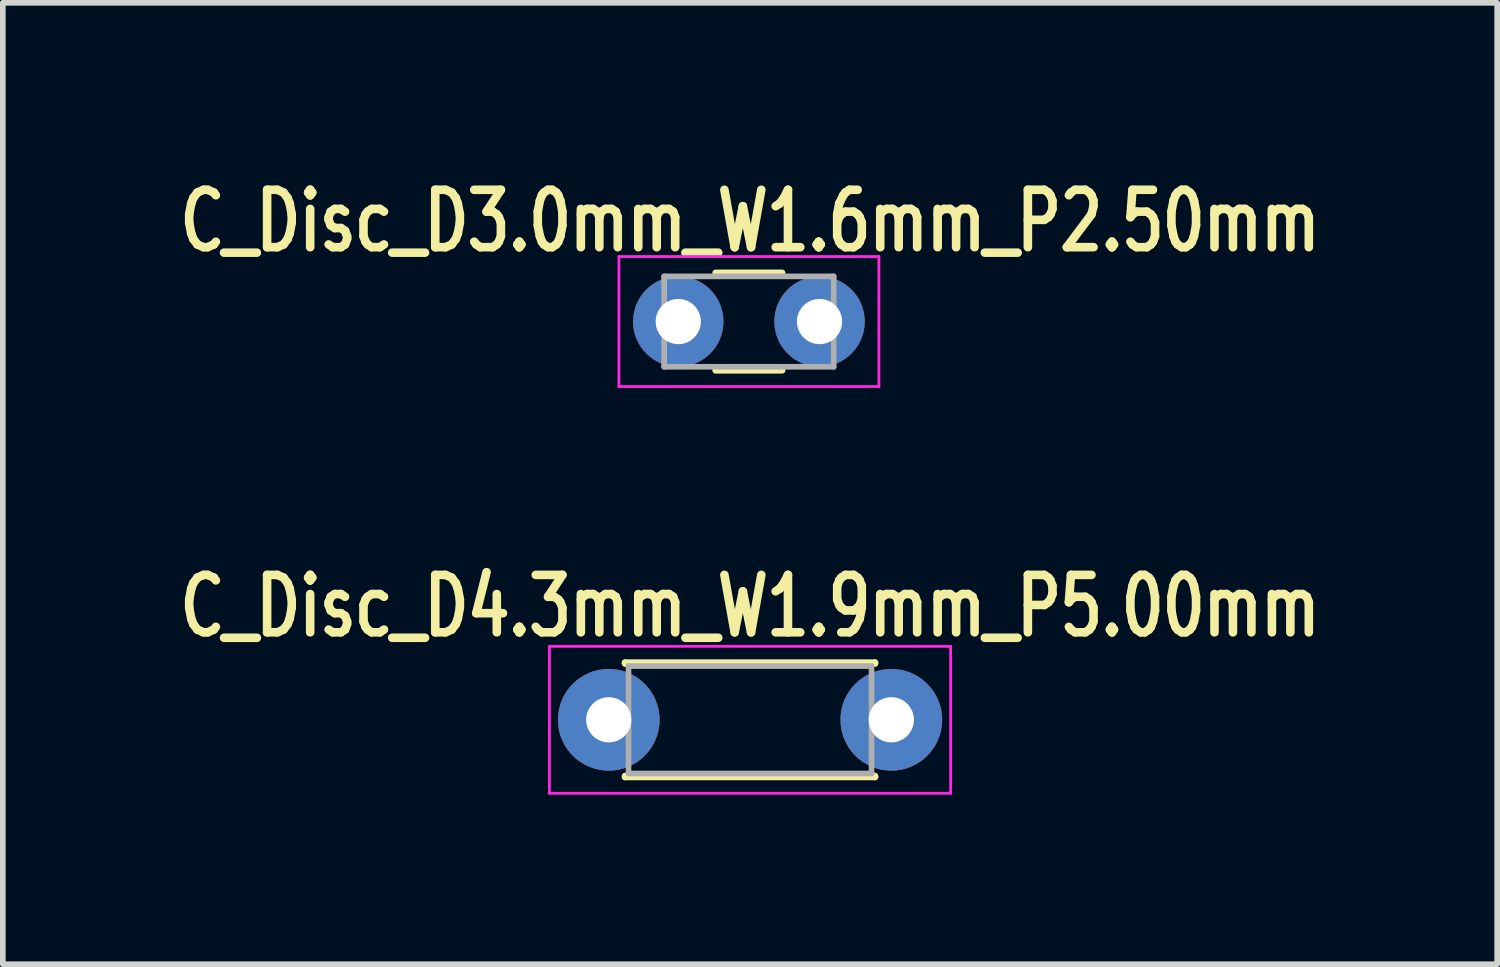
<source format=kicad_pcb>
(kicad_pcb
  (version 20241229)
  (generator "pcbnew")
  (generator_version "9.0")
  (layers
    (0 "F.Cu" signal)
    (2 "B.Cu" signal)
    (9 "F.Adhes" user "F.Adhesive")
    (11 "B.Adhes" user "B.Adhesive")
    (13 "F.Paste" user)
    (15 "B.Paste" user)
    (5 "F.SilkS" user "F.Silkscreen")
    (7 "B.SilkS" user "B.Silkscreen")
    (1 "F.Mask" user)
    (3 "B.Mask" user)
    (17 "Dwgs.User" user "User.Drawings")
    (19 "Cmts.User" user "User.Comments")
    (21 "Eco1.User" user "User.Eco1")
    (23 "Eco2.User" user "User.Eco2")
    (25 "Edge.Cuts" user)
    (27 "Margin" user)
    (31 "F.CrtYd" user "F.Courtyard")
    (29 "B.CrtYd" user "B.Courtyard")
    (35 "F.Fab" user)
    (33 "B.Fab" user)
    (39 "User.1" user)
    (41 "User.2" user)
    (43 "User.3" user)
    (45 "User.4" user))
  (footprint "C_Disc_D4.3mm_W1.9mm_P5.00mm"
    (layer "F.Cu")
    (at 7.722 9.687)
    (property "Reference" "C_Disc_D4.3mm_W1.9mm_P5.00mm" (at 2.5 -2.01 0) (layer "F.SilkS") (effects (font (size 1.016 0.762) (thickness 0.152))))
    (attr through_hole)
    (fp_line (start 0.29 -1.01) (end 0.29 -0.996) (stroke (width 0.12) (type solid)) (layer "F.SilkS"))
    (fp_line (start 0.29 -1.01) (end 4.71 -1.01) (stroke (width 0.12) (type solid)) (layer "F.SilkS"))
    (fp_line (start 0.29 0.996) (end 0.29 1.01) (stroke (width 0.12) (type solid)) (layer "F.SilkS"))
    (fp_line (start 0.29 1.01) (end 4.71 1.01) (stroke (width 0.12) (type solid)) (layer "F.SilkS"))
    (fp_line (start 4.71 -1.01) (end 4.71 -0.996) (stroke (width 0.12) (type solid)) (layer "F.SilkS"))
    (fp_line (start 4.71 0.996) (end 4.71 1.01) (stroke (width 0.12) (type solid)) (layer "F.SilkS"))
    (fp_line (start -1.05 -1.3) (end -1.05 1.3) (stroke (width 0.05) (type solid)) (layer "F.CrtYd"))
    (fp_line (start -1.05 1.3) (end 6.05 1.3) (stroke (width 0.05) (type solid)) (layer "F.CrtYd"))
    (fp_line (start 6.05 -1.3) (end -1.05 -1.3) (stroke (width 0.05) (type solid)) (layer "F.CrtYd"))
    (fp_line (start 6.05 1.3) (end 6.05 -1.3) (stroke (width 0.05) (type solid)) (layer "F.CrtYd"))
    (fp_line (start 0.35 -0.95) (end 0.35 0.95) (stroke (width 0.1) (type solid)) (layer "F.Fab"))
    (fp_line (start 0.35 0.95) (end 4.65 0.95) (stroke (width 0.1) (type solid)) (layer "F.Fab"))
    (fp_line (start 4.65 -0.95) (end 0.35 -0.95) (stroke (width 0.1) (type solid)) (layer "F.Fab"))
    (fp_line (start 4.65 0.95) (end 4.65 -0.95) (stroke (width 0.1) (type solid)) (layer "F.Fab"))
    (pad "1" thru_hole circle (at 0 0) (size 1.8 1.8) (drill 0.8) (layers "*.Cu" "*.Mask"))
    (pad "2" thru_hole circle (at 5 0) (size 1.8 1.8) (drill 0.8) (layers "*.Cu" "*.Mask")))
  (footprint "C_Disc_D3.0mm_W1.6mm_P2.50mm"
    (layer "F.Cu")
    (at 8.952 2.64)
    (property "Reference" "C_Disc_D3.0mm_W1.6mm_P2.50mm" (at 1.27 -1.778 0) (layer "F.SilkS") (effects (font (size 1.016 0.762) (thickness 0.152))))
    (attr through_hole)
    (fp_line (start 0.663 -0.861) (end 1.837 -0.861) (stroke (width 0.12) (type solid)) (layer "F.SilkS"))
    (fp_line (start 0.663 0.861) (end 1.837 0.861) (stroke (width 0.12) (type solid)) (layer "F.SilkS"))
    (fp_line (start -1.05 -1.15) (end -1.05 1.15) (stroke (width 0.05) (type solid)) (layer "F.CrtYd"))
    (fp_line (start -1.05 1.15) (end 3.55 1.15) (stroke (width 0.05) (type solid)) (layer "F.CrtYd"))
    (fp_line (start 3.55 -1.15) (end -1.05 -1.15) (stroke (width 0.05) (type solid)) (layer "F.CrtYd"))
    (fp_line (start 3.55 1.15) (end 3.55 -1.15) (stroke (width 0.05) (type solid)) (layer "F.CrtYd"))
    (fp_line (start -0.25 -0.8) (end -0.25 0.8) (stroke (width 0.1) (type solid)) (layer "F.Fab"))
    (fp_line (start -0.25 0.8) (end 2.75 0.8) (stroke (width 0.1) (type solid)) (layer "F.Fab"))
    (fp_line (start 2.75 -0.8) (end -0.25 -0.8) (stroke (width 0.1) (type solid)) (layer "F.Fab"))
    (fp_line (start 2.75 0.8) (end 2.75 -0.8) (stroke (width 0.1) (type solid)) (layer "F.Fab"))
    (pad "1" thru_hole circle (at 0 0) (size 1.6 1.6) (drill 0.8) (layers "*.Cu" "*.Mask"))
    (pad "2" thru_hole circle (at 2.5 0) (size 1.6 1.6) (drill 0.8) (layers "*.Cu" "*.Mask")))
  (gr_rect
    (start -3 -3)
    (end 23.443 14.012)
    (stroke (width 0.1) (type default))
    (fill no)
    (layer "Edge.Cuts")))
</source>
